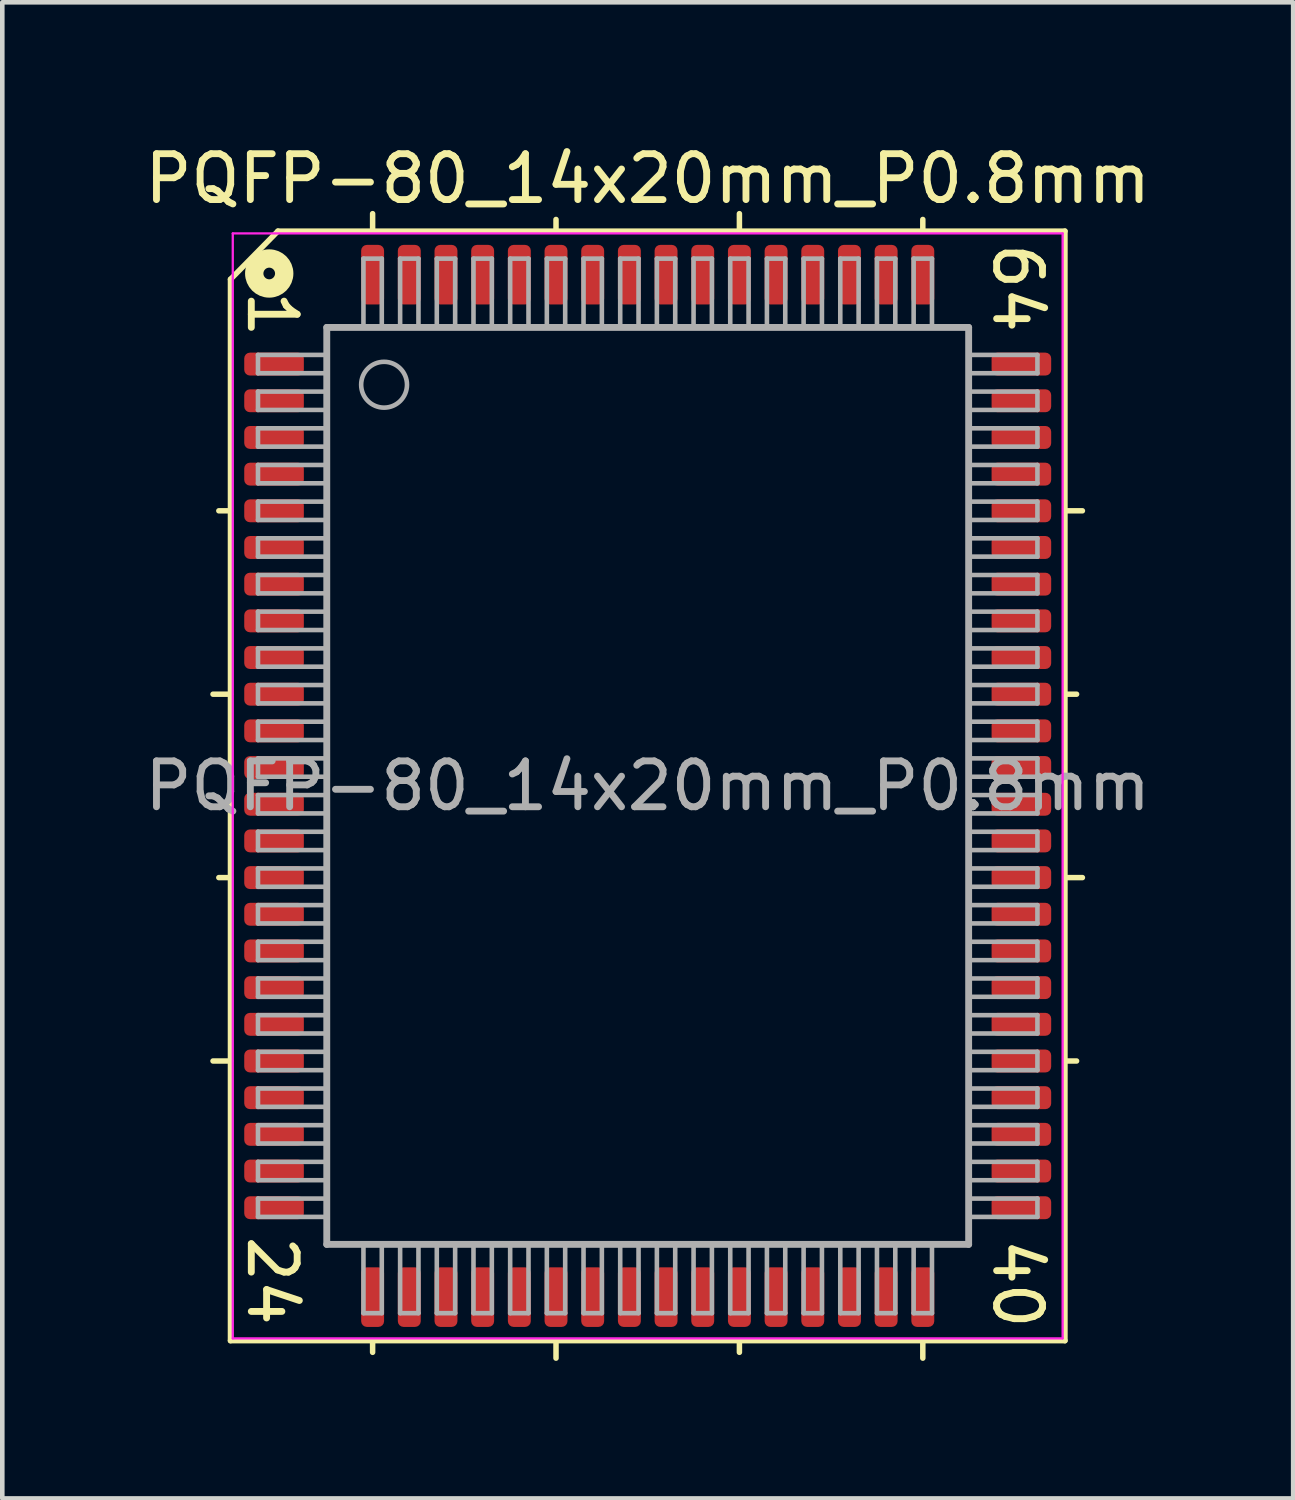
<source format=kicad_pcb>
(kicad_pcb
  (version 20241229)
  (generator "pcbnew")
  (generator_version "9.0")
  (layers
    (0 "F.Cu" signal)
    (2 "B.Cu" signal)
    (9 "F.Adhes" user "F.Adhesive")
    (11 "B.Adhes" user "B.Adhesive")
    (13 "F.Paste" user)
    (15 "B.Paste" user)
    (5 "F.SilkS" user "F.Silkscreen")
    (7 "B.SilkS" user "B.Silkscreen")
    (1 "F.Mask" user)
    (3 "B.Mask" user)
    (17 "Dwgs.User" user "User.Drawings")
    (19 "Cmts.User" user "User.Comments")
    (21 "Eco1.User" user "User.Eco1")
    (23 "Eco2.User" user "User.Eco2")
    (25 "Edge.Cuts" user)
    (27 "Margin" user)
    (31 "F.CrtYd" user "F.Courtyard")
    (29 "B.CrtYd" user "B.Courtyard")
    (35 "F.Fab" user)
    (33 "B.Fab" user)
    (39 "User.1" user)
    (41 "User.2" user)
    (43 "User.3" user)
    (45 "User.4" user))
  (footprint "PQFP-80_14x20mm_P0.8mm"
    (layer "F.Cu")
    (at 11.077 14.091)
    (property "Reference" "PQFP-80_14x20mm_P0.8mm" (at 0 -13.243 0) (layer "F.SilkS") (effects (font (size 1 1) (thickness 0.15))))
    (attr smd)
    (fp_line (start -9.1 -11.049) (end -9.1 12.1) (stroke (width 0.12) (type solid)) (layer "F.SilkS"))
    (fp_line (start -9.1 -6) (end -9.354 -6) (stroke (width 0.12) (type solid)) (layer "F.SilkS"))
    (fp_line (start -9.1 -2) (end -9.481 -2) (stroke (width 0.12) (type solid)) (layer "F.SilkS"))
    (fp_line (start -9.1 2) (end -9.354 2) (stroke (width 0.12) (type solid)) (layer "F.SilkS"))
    (fp_line (start -9.1 6) (end -9.481 6) (stroke (width 0.12) (type solid)) (layer "F.SilkS"))
    (fp_line (start -9.1 12.1) (end 9.1 12.1) (stroke (width 0.12) (type solid)) (layer "F.SilkS"))
    (fp_line (start -8.065 -12.1) (end -9.1 -11.049) (stroke (width 0.12) (type solid)) (layer "F.SilkS"))
    (fp_line (start -6 -12.1) (end -6 -12.481) (stroke (width 0.12) (type solid)) (layer "F.SilkS"))
    (fp_line (start -6 12.1) (end -6 12.354) (stroke (width 0.12) (type solid)) (layer "F.SilkS"))
    (fp_line (start -2 -12.1) (end -2 -12.354) (stroke (width 0.12) (type solid)) (layer "F.SilkS"))
    (fp_line (start -2 12.1) (end -2 12.481) (stroke (width 0.12) (type solid)) (layer "F.SilkS"))
    (fp_line (start 2 -12.1) (end 2 -12.481) (stroke (width 0.12) (type solid)) (layer "F.SilkS"))
    (fp_line (start 2 12.1) (end 2 12.354) (stroke (width 0.12) (type solid)) (layer "F.SilkS"))
    (fp_line (start 6 -12.1) (end 6 -12.354) (stroke (width 0.12) (type solid)) (layer "F.SilkS"))
    (fp_line (start 6 12.1) (end 6 12.481) (stroke (width 0.12) (type solid)) (layer "F.SilkS"))
    (fp_line (start 9.1 -12.1) (end -8.065 -12.1) (stroke (width 0.12) (type solid)) (layer "F.SilkS"))
    (fp_line (start 9.1 -6) (end 9.481 -6) (stroke (width 0.12) (type solid)) (layer "F.SilkS"))
    (fp_line (start 9.1 -2) (end 9.354 -2) (stroke (width 0.12) (type solid)) (layer "F.SilkS"))
    (fp_line (start 9.1 2) (end 9.481 2) (stroke (width 0.12) (type solid)) (layer "F.SilkS"))
    (fp_line (start 9.1 6) (end 9.354 6) (stroke (width 0.12) (type solid)) (layer "F.SilkS"))
    (fp_line (start 9.1 12.1) (end 9.1 -12.1) (stroke (width 0.12) (type solid)) (layer "F.SilkS"))
    (fp_circle (center -8.255 -11.176) (end -8.128 -11.176) (stroke (width 0.4) (type solid)) (fill no) (layer "F.SilkS"))
    (fp_line (start -9.05 -12.05) (end -9.05 12.05) (stroke (width 0.05) (type solid)) (layer "F.CrtYd"))
    (fp_line (start -9.05 -12.05) (end 9.05 -12.05) (stroke (width 0.05) (type solid)) (layer "F.CrtYd"))
    (fp_line (start -9.05 12.05) (end 9.05 12.05) (stroke (width 0.05) (type solid)) (layer "F.CrtYd"))
    (fp_line (start 9.05 -12.05) (end 9.05 12.05) (stroke (width 0.05) (type solid)) (layer "F.CrtYd"))
    (fp_line (start -8.5 -9.4) (end -8.5 -9) (stroke (width 0.1) (type solid)) (layer "F.Fab"))
    (fp_line (start -8.5 -9.4) (end -7 -9.4) (stroke (width 0.1) (type solid)) (layer "F.Fab"))
    (fp_line (start -8.5 -9) (end -7 -9) (stroke (width 0.1) (type solid)) (layer "F.Fab"))
    (fp_line (start -8.5 -8.6) (end -8.5 -8.2) (stroke (width 0.1) (type solid)) (layer "F.Fab"))
    (fp_line (start -8.5 -8.6) (end -7 -8.6) (stroke (width 0.1) (type solid)) (layer "F.Fab"))
    (fp_line (start -8.5 -8.2) (end -7 -8.2) (stroke (width 0.1) (type solid)) (layer "F.Fab"))
    (fp_line (start -8.5 -7.8) (end -8.5 -7.4) (stroke (width 0.1) (type solid)) (layer "F.Fab"))
    (fp_line (start -8.5 -7.8) (end -7 -7.8) (stroke (width 0.1) (type solid)) (layer "F.Fab"))
    (fp_line (start -8.5 -7.4) (end -7 -7.4) (stroke (width 0.1) (type solid)) (layer "F.Fab"))
    (fp_line (start -8.5 -7) (end -8.5 -6.6) (stroke (width 0.1) (type solid)) (layer "F.Fab"))
    (fp_line (start -8.5 -7) (end -7 -7) (stroke (width 0.1) (type solid)) (layer "F.Fab"))
    (fp_line (start -8.5 -6.6) (end -7 -6.6) (stroke (width 0.1) (type solid)) (layer "F.Fab"))
    (fp_line (start -8.5 -6.2) (end -8.5 -5.8) (stroke (width 0.1) (type solid)) (layer "F.Fab"))
    (fp_line (start -8.5 -6.2) (end -7 -6.2) (stroke (width 0.1) (type solid)) (layer "F.Fab"))
    (fp_line (start -8.5 -5.8) (end -7 -5.8) (stroke (width 0.1) (type solid)) (layer "F.Fab"))
    (fp_line (start -8.5 -5.4) (end -8.5 -5) (stroke (width 0.1) (type solid)) (layer "F.Fab"))
    (fp_line (start -8.5 -5.4) (end -7 -5.4) (stroke (width 0.1) (type solid)) (layer "F.Fab"))
    (fp_line (start -8.5 -5) (end -7 -5) (stroke (width 0.1) (type solid)) (layer "F.Fab"))
    (fp_line (start -8.5 -4.6) (end -8.5 -4.2) (stroke (width 0.1) (type solid)) (layer "F.Fab"))
    (fp_line (start -8.5 -4.6) (end -7 -4.6) (stroke (width 0.1) (type solid)) (layer "F.Fab"))
    (fp_line (start -8.5 -4.2) (end -7 -4.2) (stroke (width 0.1) (type solid)) (layer "F.Fab"))
    (fp_line (start -8.5 -3.8) (end -8.5 -3.4) (stroke (width 0.1) (type solid)) (layer "F.Fab"))
    (fp_line (start -8.5 -3.8) (end -7 -3.8) (stroke (width 0.1) (type solid)) (layer "F.Fab"))
    (fp_line (start -8.5 -3.4) (end -7 -3.4) (stroke (width 0.1) (type solid)) (layer "F.Fab"))
    (fp_line (start -8.5 -3) (end -8.5 -2.6) (stroke (width 0.1) (type solid)) (layer "F.Fab"))
    (fp_line (start -8.5 -3) (end -7 -3) (stroke (width 0.1) (type solid)) (layer "F.Fab"))
    (fp_line (start -8.5 -2.6) (end -7 -2.6) (stroke (width 0.1) (type solid)) (layer "F.Fab"))
    (fp_line (start -8.5 -2.2) (end -8.5 -1.8) (stroke (width 0.1) (type solid)) (layer "F.Fab"))
    (fp_line (start -8.5 -2.2) (end -7 -2.2) (stroke (width 0.1) (type solid)) (layer "F.Fab"))
    (fp_line (start -8.5 -1.8) (end -7 -1.8) (stroke (width 0.1) (type solid)) (layer "F.Fab"))
    (fp_line (start -8.5 -1.4) (end -8.5 -1) (stroke (width 0.1) (type solid)) (layer "F.Fab"))
    (fp_line (start -8.5 -1.4) (end -7 -1.4) (stroke (width 0.1) (type solid)) (layer "F.Fab"))
    (fp_line (start -8.5 -1) (end -7 -1) (stroke (width 0.1) (type solid)) (layer "F.Fab"))
    (fp_line (start -8.5 -0.6) (end -8.5 -0.2) (stroke (width 0.1) (type solid)) (layer "F.Fab"))
    (fp_line (start -8.5 -0.6) (end -7 -0.6) (stroke (width 0.1) (type solid)) (layer "F.Fab"))
    (fp_line (start -8.5 -0.2) (end -7 -0.2) (stroke (width 0.1) (type solid)) (layer "F.Fab"))
    (fp_line (start -8.5 0.2) (end -8.5 0.6) (stroke (width 0.1) (type solid)) (layer "F.Fab"))
    (fp_line (start -8.5 0.2) (end -7 0.2) (stroke (width 0.1) (type solid)) (layer "F.Fab"))
    (fp_line (start -8.5 0.6) (end -7 0.6) (stroke (width 0.1) (type solid)) (layer "F.Fab"))
    (fp_line (start -8.5 1) (end -8.5 1.4) (stroke (width 0.1) (type solid)) (layer "F.Fab"))
    (fp_line (start -8.5 1) (end -7 1) (stroke (width 0.1) (type solid)) (layer "F.Fab"))
    (fp_line (start -8.5 1.4) (end -7 1.4) (stroke (width 0.1) (type solid)) (layer "F.Fab"))
    (fp_line (start -8.5 1.8) (end -8.5 2.2) (stroke (width 0.1) (type solid)) (layer "F.Fab"))
    (fp_line (start -8.5 1.8) (end -7 1.8) (stroke (width 0.1) (type solid)) (layer "F.Fab"))
    (fp_line (start -8.5 2.2) (end -7 2.2) (stroke (width 0.1) (type solid)) (layer "F.Fab"))
    (fp_line (start -8.5 2.6) (end -8.5 3) (stroke (width 0.1) (type solid)) (layer "F.Fab"))
    (fp_line (start -8.5 2.6) (end -7 2.6) (stroke (width 0.1) (type solid)) (layer "F.Fab"))
    (fp_line (start -8.5 3) (end -7 3) (stroke (width 0.1) (type solid)) (layer "F.Fab"))
    (fp_line (start -8.5 3.4) (end -8.5 3.8) (stroke (width 0.1) (type solid)) (layer "F.Fab"))
    (fp_line (start -8.5 3.4) (end -7 3.4) (stroke (width 0.1) (type solid)) (layer "F.Fab"))
    (fp_line (start -8.5 3.8) (end -7 3.8) (stroke (width 0.1) (type solid)) (layer "F.Fab"))
    (fp_line (start -8.5 4.2) (end -8.5 4.6) (stroke (width 0.1) (type solid)) (layer "F.Fab"))
    (fp_line (start -8.5 4.2) (end -7 4.2) (stroke (width 0.1) (type solid)) (layer "F.Fab"))
    (fp_line (start -8.5 4.6) (end -7 4.6) (stroke (width 0.1) (type solid)) (layer "F.Fab"))
    (fp_line (start -8.5 5) (end -8.5 5.4) (stroke (width 0.1) (type solid)) (layer "F.Fab"))
    (fp_line (start -8.5 5) (end -7 5) (stroke (width 0.1) (type solid)) (layer "F.Fab"))
    (fp_line (start -8.5 5.4) (end -7 5.4) (stroke (width 0.1) (type solid)) (layer "F.Fab"))
    (fp_line (start -8.5 5.8) (end -8.5 6.2) (stroke (width 0.1) (type solid)) (layer "F.Fab"))
    (fp_line (start -8.5 5.8) (end -7 5.8) (stroke (width 0.1) (type solid)) (layer "F.Fab"))
    (fp_line (start -8.5 6.2) (end -7 6.2) (stroke (width 0.1) (type solid)) (layer "F.Fab"))
    (fp_line (start -8.5 6.6) (end -8.5 7) (stroke (width 0.1) (type solid)) (layer "F.Fab"))
    (fp_line (start -8.5 6.6) (end -7 6.6) (stroke (width 0.1) (type solid)) (layer "F.Fab"))
    (fp_line (start -8.5 7) (end -7 7) (stroke (width 0.1) (type solid)) (layer "F.Fab"))
    (fp_line (start -8.5 7.4) (end -8.5 7.8) (stroke (width 0.1) (type solid)) (layer "F.Fab"))
    (fp_line (start -8.5 7.4) (end -7 7.4) (stroke (width 0.1) (type solid)) (layer "F.Fab"))
    (fp_line (start -8.5 7.8) (end -7 7.8) (stroke (width 0.1) (type solid)) (layer "F.Fab"))
    (fp_line (start -8.5 8.2) (end -8.5 8.6) (stroke (width 0.1) (type solid)) (layer "F.Fab"))
    (fp_line (start -8.5 8.2) (end -7 8.2) (stroke (width 0.1) (type solid)) (layer "F.Fab"))
    (fp_line (start -8.5 8.6) (end -7 8.6) (stroke (width 0.1) (type solid)) (layer "F.Fab"))
    (fp_line (start -8.5 9) (end -8.5 9.4) (stroke (width 0.1) (type solid)) (layer "F.Fab"))
    (fp_line (start -8.5 9) (end -7 9) (stroke (width 0.1) (type solid)) (layer "F.Fab"))
    (fp_line (start -8.5 9.4) (end -7 9.4) (stroke (width 0.1) (type solid)) (layer "F.Fab"))
    (fp_line (start -7 -10) (end 7 -10) (stroke (width 0.15) (type solid)) (layer "F.Fab"))
    (fp_line (start -7 10) (end -7 -10) (stroke (width 0.15) (type solid)) (layer "F.Fab"))
    (fp_line (start -6.2 -11.5) (end -6.2 -10) (stroke (width 0.1) (type solid)) (layer "F.Fab"))
    (fp_line (start -6.2 11.5) (end -6.2 10) (stroke (width 0.1) (type solid)) (layer "F.Fab"))
    (fp_line (start -6.2 11.5) (end -5.8 11.5) (stroke (width 0.1) (type solid)) (layer "F.Fab"))
    (fp_line (start -5.8 -11.5) (end -6.2 -11.5) (stroke (width 0.1) (type solid)) (layer "F.Fab"))
    (fp_line (start -5.8 -11.5) (end -5.8 -10) (stroke (width 0.1) (type solid)) (layer "F.Fab"))
    (fp_line (start -5.8 11.5) (end -5.8 10) (stroke (width 0.1) (type solid)) (layer "F.Fab"))
    (fp_line (start -5.4 -11.5) (end -5.4 -10) (stroke (width 0.1) (type solid)) (layer "F.Fab"))
    (fp_line (start -5.4 11.5) (end -5.4 10) (stroke (width 0.1) (type solid)) (layer "F.Fab"))
    (fp_line (start -5.4 11.5) (end -5 11.5) (stroke (width 0.1) (type solid)) (layer "F.Fab"))
    (fp_line (start -5 -11.5) (end -5.4 -11.5) (stroke (width 0.1) (type solid)) (layer "F.Fab"))
    (fp_line (start -5 -11.5) (end -5 -10) (stroke (width 0.1) (type solid)) (layer "F.Fab"))
    (fp_line (start -5 11.5) (end -5 10) (stroke (width 0.1) (type solid)) (layer "F.Fab"))
    (fp_line (start -4.6 -11.5) (end -4.6 -10) (stroke (width 0.1) (type solid)) (layer "F.Fab"))
    (fp_line (start -4.6 11.5) (end -4.6 10) (stroke (width 0.1) (type solid)) (layer "F.Fab"))
    (fp_line (start -4.6 11.5) (end -4.2 11.5) (stroke (width 0.1) (type solid)) (layer "F.Fab"))
    (fp_line (start -4.2 -11.5) (end -4.6 -11.5) (stroke (width 0.1) (type solid)) (layer "F.Fab"))
    (fp_line (start -4.2 -11.5) (end -4.2 -10) (stroke (width 0.1) (type solid)) (layer "F.Fab"))
    (fp_line (start -4.2 11.5) (end -4.2 10) (stroke (width 0.1) (type solid)) (layer "F.Fab"))
    (fp_line (start -3.8 -11.5) (end -3.8 -10) (stroke (width 0.1) (type solid)) (layer "F.Fab"))
    (fp_line (start -3.8 11.5) (end -3.8 10) (stroke (width 0.1) (type solid)) (layer "F.Fab"))
    (fp_line (start -3.8 11.5) (end -3.4 11.5) (stroke (width 0.1) (type solid)) (layer "F.Fab"))
    (fp_line (start -3.4 -11.5) (end -3.8 -11.5) (stroke (width 0.1) (type solid)) (layer "F.Fab"))
    (fp_line (start -3.4 -11.5) (end -3.4 -10) (stroke (width 0.1) (type solid)) (layer "F.Fab"))
    (fp_line (start -3.4 11.5) (end -3.4 10) (stroke (width 0.1) (type solid)) (layer "F.Fab"))
    (fp_line (start -3 -11.5) (end -3 -10) (stroke (width 0.1) (type solid)) (layer "F.Fab"))
    (fp_line (start -3 11.5) (end -3 10) (stroke (width 0.1) (type solid)) (layer "F.Fab"))
    (fp_line (start -3 11.5) (end -2.6 11.5) (stroke (width 0.1) (type solid)) (layer "F.Fab"))
    (fp_line (start -2.6 -11.5) (end -3 -11.5) (stroke (width 0.1) (type solid)) (layer "F.Fab"))
    (fp_line (start -2.6 -11.5) (end -2.6 -10) (stroke (width 0.1) (type solid)) (layer "F.Fab"))
    (fp_line (start -2.6 11.5) (end -2.6 10) (stroke (width 0.1) (type solid)) (layer "F.Fab"))
    (fp_line (start -2.2 -11.5) (end -2.2 -10) (stroke (width 0.1) (type solid)) (layer "F.Fab"))
    (fp_line (start -2.2 11.5) (end -2.2 10) (stroke (width 0.1) (type solid)) (layer "F.Fab"))
    (fp_line (start -2.2 11.5) (end -1.8 11.5) (stroke (width 0.1) (type solid)) (layer "F.Fab"))
    (fp_line (start -1.8 -11.5) (end -2.2 -11.5) (stroke (width 0.1) (type solid)) (layer "F.Fab"))
    (fp_line (start -1.8 -11.5) (end -1.8 -10) (stroke (width 0.1) (type solid)) (layer "F.Fab"))
    (fp_line (start -1.8 11.5) (end -1.8 10) (stroke (width 0.1) (type solid)) (layer "F.Fab"))
    (fp_line (start -1.4 -11.5) (end -1.4 -10) (stroke (width 0.1) (type solid)) (layer "F.Fab"))
    (fp_line (start -1.4 11.5) (end -1.4 10) (stroke (width 0.1) (type solid)) (layer "F.Fab"))
    (fp_line (start -1.4 11.5) (end -1 11.5) (stroke (width 0.1) (type solid)) (layer "F.Fab"))
    (fp_line (start -1 -11.5) (end -1.4 -11.5) (stroke (width 0.1) (type solid)) (layer "F.Fab"))
    (fp_line (start -1 -11.5) (end -1 -10) (stroke (width 0.1) (type solid)) (layer "F.Fab"))
    (fp_line (start -1 11.5) (end -1 10) (stroke (width 0.1) (type solid)) (layer "F.Fab"))
    (fp_line (start -0.6 -11.5) (end -0.6 -10) (stroke (width 0.1) (type solid)) (layer "F.Fab"))
    (fp_line (start -0.6 11.5) (end -0.6 10) (stroke (width 0.1) (type solid)) (layer "F.Fab"))
    (fp_line (start -0.6 11.5) (end -0.2 11.5) (stroke (width 0.1) (type solid)) (layer "F.Fab"))
    (fp_line (start -0.2 -11.5) (end -0.6 -11.5) (stroke (width 0.1) (type solid)) (layer "F.Fab"))
    (fp_line (start -0.2 -11.5) (end -0.2 -10) (stroke (width 0.1) (type solid)) (layer "F.Fab"))
    (fp_line (start -0.2 11.5) (end -0.2 10) (stroke (width 0.1) (type solid)) (layer "F.Fab"))
    (fp_line (start 0.2 -11.5) (end 0.2 -10) (stroke (width 0.1) (type solid)) (layer "F.Fab"))
    (fp_line (start 0.2 11.5) (end 0.2 10) (stroke (width 0.1) (type solid)) (layer "F.Fab"))
    (fp_line (start 0.2 11.5) (end 0.6 11.5) (stroke (width 0.1) (type solid)) (layer "F.Fab"))
    (fp_line (start 0.6 -11.5) (end 0.2 -11.5) (stroke (width 0.1) (type solid)) (layer "F.Fab"))
    (fp_line (start 0.6 -11.5) (end 0.6 -10) (stroke (width 0.1) (type solid)) (layer "F.Fab"))
    (fp_line (start 0.6 11.5) (end 0.6 10) (stroke (width 0.1) (type solid)) (layer "F.Fab"))
    (fp_line (start 1 -11.5) (end 1 -10) (stroke (width 0.1) (type solid)) (layer "F.Fab"))
    (fp_line (start 1 11.5) (end 1 10) (stroke (width 0.1) (type solid)) (layer "F.Fab"))
    (fp_line (start 1 11.5) (end 1.4 11.5) (stroke (width 0.1) (type solid)) (layer "F.Fab"))
    (fp_line (start 1.4 -11.5) (end 1 -11.5) (stroke (width 0.1) (type solid)) (layer "F.Fab"))
    (fp_line (start 1.4 -11.5) (end 1.4 -10) (stroke (width 0.1) (type solid)) (layer "F.Fab"))
    (fp_line (start 1.4 11.5) (end 1.4 10) (stroke (width 0.1) (type solid)) (layer "F.Fab"))
    (fp_line (start 1.8 -11.5) (end 1.8 -10) (stroke (width 0.1) (type solid)) (layer "F.Fab"))
    (fp_line (start 1.8 11.5) (end 1.8 10) (stroke (width 0.1) (type solid)) (layer "F.Fab"))
    (fp_line (start 1.8 11.5) (end 2.2 11.5) (stroke (width 0.1) (type solid)) (layer "F.Fab"))
    (fp_line (start 2.2 -11.5) (end 1.8 -11.5) (stroke (width 0.1) (type solid)) (layer "F.Fab"))
    (fp_line (start 2.2 -11.5) (end 2.2 -10) (stroke (width 0.1) (type solid)) (layer "F.Fab"))
    (fp_line (start 2.2 11.5) (end 2.2 10) (stroke (width 0.1) (type solid)) (layer "F.Fab"))
    (fp_line (start 2.6 -11.5) (end 2.6 -10) (stroke (width 0.1) (type solid)) (layer "F.Fab"))
    (fp_line (start 2.6 11.5) (end 2.6 10) (stroke (width 0.1) (type solid)) (layer "F.Fab"))
    (fp_line (start 2.6 11.5) (end 3 11.5) (stroke (width 0.1) (type solid)) (layer "F.Fab"))
    (fp_line (start 3 -11.5) (end 2.6 -11.5) (stroke (width 0.1) (type solid)) (layer "F.Fab"))
    (fp_line (start 3 -11.5) (end 3 -10) (stroke (width 0.1) (type solid)) (layer "F.Fab"))
    (fp_line (start 3 11.5) (end 3 10) (stroke (width 0.1) (type solid)) (layer "F.Fab"))
    (fp_line (start 3.4 -11.5) (end 3.4 -10) (stroke (width 0.1) (type solid)) (layer "F.Fab"))
    (fp_line (start 3.4 11.5) (end 3.4 10) (stroke (width 0.1) (type solid)) (layer "F.Fab"))
    (fp_line (start 3.4 11.5) (end 3.8 11.5) (stroke (width 0.1) (type solid)) (layer "F.Fab"))
    (fp_line (start 3.8 -11.5) (end 3.4 -11.5) (stroke (width 0.1) (type solid)) (layer "F.Fab"))
    (fp_line (start 3.8 -11.5) (end 3.8 -10) (stroke (width 0.1) (type solid)) (layer "F.Fab"))
    (fp_line (start 3.8 11.5) (end 3.8 10) (stroke (width 0.1) (type solid)) (layer "F.Fab"))
    (fp_line (start 4.2 -11.5) (end 4.2 -10) (stroke (width 0.1) (type solid)) (layer "F.Fab"))
    (fp_line (start 4.2 11.5) (end 4.2 10) (stroke (width 0.1) (type solid)) (layer "F.Fab"))
    (fp_line (start 4.2 11.5) (end 4.6 11.5) (stroke (width 0.1) (type solid)) (layer "F.Fab"))
    (fp_line (start 4.6 -11.5) (end 4.2 -11.5) (stroke (width 0.1) (type solid)) (layer "F.Fab"))
    (fp_line (start 4.6 -11.5) (end 4.6 -10) (stroke (width 0.1) (type solid)) (layer "F.Fab"))
    (fp_line (start 4.6 11.5) (end 4.6 10) (stroke (width 0.1) (type solid)) (layer "F.Fab"))
    (fp_line (start 5 -11.5) (end 5 -10) (stroke (width 0.1) (type solid)) (layer "F.Fab"))
    (fp_line (start 5 11.5) (end 5 10) (stroke (width 0.1) (type solid)) (layer "F.Fab"))
    (fp_line (start 5 11.5) (end 5.4 11.5) (stroke (width 0.1) (type solid)) (layer "F.Fab"))
    (fp_line (start 5.4 -11.5) (end 5 -11.5) (stroke (width 0.1) (type solid)) (layer "F.Fab"))
    (fp_line (start 5.4 -11.5) (end 5.4 -10) (stroke (width 0.1) (type solid)) (layer "F.Fab"))
    (fp_line (start 5.4 11.5) (end 5.4 10) (stroke (width 0.1) (type solid)) (layer "F.Fab"))
    (fp_line (start 5.8 -11.5) (end 5.8 -10) (stroke (width 0.1) (type solid)) (layer "F.Fab"))
    (fp_line (start 5.8 11.5) (end 5.8 10) (stroke (width 0.1) (type solid)) (layer "F.Fab"))
    (fp_line (start 5.8 11.5) (end 6.2 11.5) (stroke (width 0.1) (type solid)) (layer "F.Fab"))
    (fp_line (start 6.2 -11.5) (end 5.8 -11.5) (stroke (width 0.1) (type solid)) (layer "F.Fab"))
    (fp_line (start 6.2 -11.5) (end 6.2 -10) (stroke (width 0.1) (type solid)) (layer "F.Fab"))
    (fp_line (start 6.2 11.5) (end 6.2 10) (stroke (width 0.1) (type solid)) (layer "F.Fab"))
    (fp_line (start 7 -10) (end 7 10) (stroke (width 0.15) (type solid)) (layer "F.Fab"))
    (fp_line (start 7 10) (end -7 10) (stroke (width 0.15) (type solid)) (layer "F.Fab"))
    (fp_line (start 8.5 -9.4) (end 7 -9.4) (stroke (width 0.1) (type solid)) (layer "F.Fab"))
    (fp_line (start 8.5 -9) (end 7 -9) (stroke (width 0.1) (type solid)) (layer "F.Fab"))
    (fp_line (start 8.5 -9) (end 8.5 -9.4) (stroke (width 0.1) (type solid)) (layer "F.Fab"))
    (fp_line (start 8.5 -8.6) (end 7 -8.6) (stroke (width 0.1) (type solid)) (layer "F.Fab"))
    (fp_line (start 8.5 -8.2) (end 7 -8.2) (stroke (width 0.1) (type solid)) (layer "F.Fab"))
    (fp_line (start 8.5 -8.2) (end 8.5 -8.6) (stroke (width 0.1) (type solid)) (layer "F.Fab"))
    (fp_line (start 8.5 -7.8) (end 7 -7.8) (stroke (width 0.1) (type solid)) (layer "F.Fab"))
    (fp_line (start 8.5 -7.4) (end 7 -7.4) (stroke (width 0.1) (type solid)) (layer "F.Fab"))
    (fp_line (start 8.5 -7.4) (end 8.5 -7.8) (stroke (width 0.1) (type solid)) (layer "F.Fab"))
    (fp_line (start 8.5 -7) (end 7 -7) (stroke (width 0.1) (type solid)) (layer "F.Fab"))
    (fp_line (start 8.5 -6.6) (end 7 -6.6) (stroke (width 0.1) (type solid)) (layer "F.Fab"))
    (fp_line (start 8.5 -6.6) (end 8.5 -7) (stroke (width 0.1) (type solid)) (layer "F.Fab"))
    (fp_line (start 8.5 -6.2) (end 7 -6.2) (stroke (width 0.1) (type solid)) (layer "F.Fab"))
    (fp_line (start 8.5 -5.8) (end 7 -5.8) (stroke (width 0.1) (type solid)) (layer "F.Fab"))
    (fp_line (start 8.5 -5.8) (end 8.5 -6.2) (stroke (width 0.1) (type solid)) (layer "F.Fab"))
    (fp_line (start 8.5 -5.4) (end 7 -5.4) (stroke (width 0.1) (type solid)) (layer "F.Fab"))
    (fp_line (start 8.5 -5) (end 7 -5) (stroke (width 0.1) (type solid)) (layer "F.Fab"))
    (fp_line (start 8.5 -5) (end 8.5 -5.4) (stroke (width 0.1) (type solid)) (layer "F.Fab"))
    (fp_line (start 8.5 -4.6) (end 7 -4.6) (stroke (width 0.1) (type solid)) (layer "F.Fab"))
    (fp_line (start 8.5 -4.2) (end 7 -4.2) (stroke (width 0.1) (type solid)) (layer "F.Fab"))
    (fp_line (start 8.5 -4.2) (end 8.5 -4.6) (stroke (width 0.1) (type solid)) (layer "F.Fab"))
    (fp_line (start 8.5 -3.8) (end 7 -3.8) (stroke (width 0.1) (type solid)) (layer "F.Fab"))
    (fp_line (start 8.5 -3.4) (end 7 -3.4) (stroke (width 0.1) (type solid)) (layer "F.Fab"))
    (fp_line (start 8.5 -3.4) (end 8.5 -3.8) (stroke (width 0.1) (type solid)) (layer "F.Fab"))
    (fp_line (start 8.5 -3) (end 7 -3) (stroke (width 0.1) (type solid)) (layer "F.Fab"))
    (fp_line (start 8.5 -2.6) (end 7 -2.6) (stroke (width 0.1) (type solid)) (layer "F.Fab"))
    (fp_line (start 8.5 -2.6) (end 8.5 -3) (stroke (width 0.1) (type solid)) (layer "F.Fab"))
    (fp_line (start 8.5 -2.2) (end 7 -2.2) (stroke (width 0.1) (type solid)) (layer "F.Fab"))
    (fp_line (start 8.5 -1.8) (end 7 -1.8) (stroke (width 0.1) (type solid)) (layer "F.Fab"))
    (fp_line (start 8.5 -1.8) (end 8.5 -2.2) (stroke (width 0.1) (type solid)) (layer "F.Fab"))
    (fp_line (start 8.5 -1.4) (end 7 -1.4) (stroke (width 0.1) (type solid)) (layer "F.Fab"))
    (fp_line (start 8.5 -1) (end 7 -1) (stroke (width 0.1) (type solid)) (layer "F.Fab"))
    (fp_line (start 8.5 -1) (end 8.5 -1.4) (stroke (width 0.1) (type solid)) (layer "F.Fab"))
    (fp_line (start 8.5 -0.6) (end 7 -0.6) (stroke (width 0.1) (type solid)) (layer "F.Fab"))
    (fp_line (start 8.5 -0.2) (end 7 -0.2) (stroke (width 0.1) (type solid)) (layer "F.Fab"))
    (fp_line (start 8.5 -0.2) (end 8.5 -0.6) (stroke (width 0.1) (type solid)) (layer "F.Fab"))
    (fp_line (start 8.5 0.2) (end 7 0.2) (stroke (width 0.1) (type solid)) (layer "F.Fab"))
    (fp_line (start 8.5 0.6) (end 7 0.6) (stroke (width 0.1) (type solid)) (layer "F.Fab"))
    (fp_line (start 8.5 0.6) (end 8.5 0.2) (stroke (width 0.1) (type solid)) (layer "F.Fab"))
    (fp_line (start 8.5 1) (end 7 1) (stroke (width 0.1) (type solid)) (layer "F.Fab"))
    (fp_line (start 8.5 1.4) (end 7 1.4) (stroke (width 0.1) (type solid)) (layer "F.Fab"))
    (fp_line (start 8.5 1.4) (end 8.5 1) (stroke (width 0.1) (type solid)) (layer "F.Fab"))
    (fp_line (start 8.5 1.8) (end 7 1.8) (stroke (width 0.1) (type solid)) (layer "F.Fab"))
    (fp_line (start 8.5 2.2) (end 7 2.2) (stroke (width 0.1) (type solid)) (layer "F.Fab"))
    (fp_line (start 8.5 2.2) (end 8.5 1.8) (stroke (width 0.1) (type solid)) (layer "F.Fab"))
    (fp_line (start 8.5 2.6) (end 7 2.6) (stroke (width 0.1) (type solid)) (layer "F.Fab"))
    (fp_line (start 8.5 3) (end 7 3) (stroke (width 0.1) (type solid)) (layer "F.Fab"))
    (fp_line (start 8.5 3) (end 8.5 2.6) (stroke (width 0.1) (type solid)) (layer "F.Fab"))
    (fp_line (start 8.5 3.4) (end 7 3.4) (stroke (width 0.1) (type solid)) (layer "F.Fab"))
    (fp_line (start 8.5 3.8) (end 7 3.8) (stroke (width 0.1) (type solid)) (layer "F.Fab"))
    (fp_line (start 8.5 3.8) (end 8.5 3.4) (stroke (width 0.1) (type solid)) (layer "F.Fab"))
    (fp_line (start 8.5 4.2) (end 7 4.2) (stroke (width 0.1) (type solid)) (layer "F.Fab"))
    (fp_line (start 8.5 4.6) (end 7 4.6) (stroke (width 0.1) (type solid)) (layer "F.Fab"))
    (fp_line (start 8.5 4.6) (end 8.5 4.2) (stroke (width 0.1) (type solid)) (layer "F.Fab"))
    (fp_line (start 8.5 5) (end 7 5) (stroke (width 0.1) (type solid)) (layer "F.Fab"))
    (fp_line (start 8.5 5.4) (end 7 5.4) (stroke (width 0.1) (type solid)) (layer "F.Fab"))
    (fp_line (start 8.5 5.4) (end 8.5 5) (stroke (width 0.1) (type solid)) (layer "F.Fab"))
    (fp_line (start 8.5 5.8) (end 7 5.8) (stroke (width 0.1) (type solid)) (layer "F.Fab"))
    (fp_line (start 8.5 6.2) (end 7 6.2) (stroke (width 0.1) (type solid)) (layer "F.Fab"))
    (fp_line (start 8.5 6.2) (end 8.5 5.8) (stroke (width 0.1) (type solid)) (layer "F.Fab"))
    (fp_line (start 8.5 6.6) (end 7 6.6) (stroke (width 0.1) (type solid)) (layer "F.Fab"))
    (fp_line (start 8.5 7) (end 7 7) (stroke (width 0.1) (type solid)) (layer "F.Fab"))
    (fp_line (start 8.5 7) (end 8.5 6.6) (stroke (width 0.1) (type solid)) (layer "F.Fab"))
    (fp_line (start 8.5 7.4) (end 7 7.4) (stroke (width 0.1) (type solid)) (layer "F.Fab"))
    (fp_line (start 8.5 7.8) (end 7 7.8) (stroke (width 0.1) (type solid)) (layer "F.Fab"))
    (fp_line (start 8.5 7.8) (end 8.5 7.4) (stroke (width 0.1) (type solid)) (layer "F.Fab"))
    (fp_line (start 8.5 8.2) (end 7 8.2) (stroke (width 0.1) (type solid)) (layer "F.Fab"))
    (fp_line (start 8.5 8.6) (end 7 8.6) (stroke (width 0.1) (type solid)) (layer "F.Fab"))
    (fp_line (start 8.5 8.6) (end 8.5 8.2) (stroke (width 0.1) (type solid)) (layer "F.Fab"))
    (fp_line (start 8.5 9) (end 7 9) (stroke (width 0.1) (type solid)) (layer "F.Fab"))
    (fp_line (start 8.5 9.4) (end 7 9.4) (stroke (width 0.1) (type solid)) (layer "F.Fab"))
    (fp_line (start 8.5 9.4) (end 8.5 9) (stroke (width 0.1) (type solid)) (layer "F.Fab"))
    (fp_circle (center -5.75 -8.75) (end -5.25 -8.75) (stroke (width 0.1) (type solid)) (fill no) (layer "F.Fab"))
    (fp_text user "40" (at 8.065 10.858 270) (unlocked yes) (layer "F.SilkS") (effects (font (size 1 1) (thickness 0.15))))
    (fp_text user "1" (at -8.191 -10.287 270) (unlocked yes) (layer "F.SilkS") (effects (font (size 1 1) (thickness 0.15))))
    (fp_text user "64" (at 8.065 -10.858 270) (unlocked yes) (layer "F.SilkS") (effects (font (size 1 1) (thickness 0.15))))
    (fp_text user "24" (at -8.191 10.795 270) (unlocked yes) (layer "F.SilkS") (effects (font (size 1 1) (thickness 0.15))))
    (fp_text user "${REFERENCE}" (at 0 0 0) (layer "F.Fab") (effects (font (size 1 1) (thickness 0.15))))
    (pad "1" smd roundrect (at -8.15 -9.2) (size 1.3 0.5) (layers "F.Cu" "F.Mask" "F.Paste") (roundrect_rratio 0.25))
    (pad "2" smd roundrect (at -8.15 -8.4) (size 1.3 0.5) (layers "F.Cu" "F.Mask" "F.Paste") (roundrect_rratio 0.25))
    (pad "3" smd roundrect (at -8.15 -7.6) (size 1.3 0.5) (layers "F.Cu" "F.Mask" "F.Paste") (roundrect_rratio 0.25))
    (pad "4" smd roundrect (at -8.15 -6.8) (size 1.3 0.5) (layers "F.Cu" "F.Mask" "F.Paste") (roundrect_rratio 0.25))
    (pad "5" smd roundrect (at -8.15 -6) (size 1.3 0.5) (layers "F.Cu" "F.Mask" "F.Paste") (roundrect_rratio 0.25))
    (pad "6" smd roundrect (at -8.15 -5.2) (size 1.3 0.5) (layers "F.Cu" "F.Mask" "F.Paste") (roundrect_rratio 0.25))
    (pad "7" smd roundrect (at -8.15 -4.4) (size 1.3 0.5) (layers "F.Cu" "F.Mask" "F.Paste") (roundrect_rratio 0.25))
    (pad "8" smd roundrect (at -8.15 -3.6) (size 1.3 0.5) (layers "F.Cu" "F.Mask" "F.Paste") (roundrect_rratio 0.25))
    (pad "9" smd roundrect (at -8.15 -2.8) (size 1.3 0.5) (layers "F.Cu" "F.Mask" "F.Paste") (roundrect_rratio 0.25))
    (pad "10" smd roundrect (at -8.15 -2) (size 1.3 0.5) (layers "F.Cu" "F.Mask" "F.Paste") (roundrect_rratio 0.25))
    (pad "11" smd roundrect (at -8.15 -1.2) (size 1.3 0.5) (layers "F.Cu" "F.Mask" "F.Paste") (roundrect_rratio 0.25))
    (pad "12" smd roundrect (at -8.15 -0.4) (size 1.3 0.5) (layers "F.Cu" "F.Mask" "F.Paste") (roundrect_rratio 0.25))
    (pad "13" smd roundrect (at -8.15 0.4) (size 1.3 0.5) (layers "F.Cu" "F.Mask" "F.Paste") (roundrect_rratio 0.25))
    (pad "14" smd roundrect (at -8.15 1.2) (size 1.3 0.5) (layers "F.Cu" "F.Mask" "F.Paste") (roundrect_rratio 0.25))
    (pad "15" smd roundrect (at -8.15 2) (size 1.3 0.5) (layers "F.Cu" "F.Mask" "F.Paste") (roundrect_rratio 0.25))
    (pad "16" smd roundrect (at -8.15 2.8) (size 1.3 0.5) (layers "F.Cu" "F.Mask" "F.Paste") (roundrect_rratio 0.25))
    (pad "17" smd roundrect (at -8.15 3.6) (size 1.3 0.5) (layers "F.Cu" "F.Mask" "F.Paste") (roundrect_rratio 0.25))
    (pad "18" smd roundrect (at -8.15 4.4) (size 1.3 0.5) (layers "F.Cu" "F.Mask" "F.Paste") (roundrect_rratio 0.25))
    (pad "19" smd roundrect (at -8.15 5.2) (size 1.3 0.5) (layers "F.Cu" "F.Mask" "F.Paste") (roundrect_rratio 0.25))
    (pad "20" smd roundrect (at -8.15 6) (size 1.3 0.5) (layers "F.Cu" "F.Mask" "F.Paste") (roundrect_rratio 0.25))
    (pad "21" smd roundrect (at -8.15 6.8) (size 1.3 0.5) (layers "F.Cu" "F.Mask" "F.Paste") (roundrect_rratio 0.25))
    (pad "22" smd roundrect (at -8.15 7.6) (size 1.3 0.5) (layers "F.Cu" "F.Mask" "F.Paste") (roundrect_rratio 0.25))
    (pad "23" smd roundrect (at -8.15 8.4) (size 1.3 0.5) (layers "F.Cu" "F.Mask" "F.Paste") (roundrect_rratio 0.25))
    (pad "24" smd roundrect (at -8.15 9.2) (size 1.3 0.5) (layers "F.Cu" "F.Mask" "F.Paste") (roundrect_rratio 0.25))
    (pad "25" smd roundrect (at -6 11.15 90) (size 1.3 0.5) (layers "F.Cu" "F.Mask" "F.Paste") (roundrect_rratio 0.25))
    (pad "26" smd roundrect (at -5.2 11.15 90) (size 1.3 0.5) (layers "F.Cu" "F.Mask" "F.Paste") (roundrect_rratio 0.25))
    (pad "27" smd roundrect (at -4.4 11.15 90) (size 1.3 0.5) (layers "F.Cu" "F.Mask" "F.Paste") (roundrect_rratio 0.25))
    (pad "28" smd roundrect (at -3.6 11.15 90) (size 1.3 0.5) (layers "F.Cu" "F.Mask" "F.Paste") (roundrect_rratio 0.25))
    (pad "29" smd roundrect (at -2.8 11.15 90) (size 1.3 0.5) (layers "F.Cu" "F.Mask" "F.Paste") (roundrect_rratio 0.25))
    (pad "30" smd roundrect (at -2 11.15 90) (size 1.3 0.5) (layers "F.Cu" "F.Mask" "F.Paste") (roundrect_rratio 0.25))
    (pad "31" smd roundrect (at -1.2 11.15 90) (size 1.3 0.5) (layers "F.Cu" "F.Mask" "F.Paste") (roundrect_rratio 0.25))
    (pad "32" smd roundrect (at -0.4 11.15 90) (size 1.3 0.5) (layers "F.Cu" "F.Mask" "F.Paste") (roundrect_rratio 0.25))
    (pad "33" smd roundrect (at 0.4 11.15 90) (size 1.3 0.5) (layers "F.Cu" "F.Mask" "F.Paste") (roundrect_rratio 0.25))
    (pad "34" smd roundrect (at 1.2 11.15 90) (size 1.3 0.5) (layers "F.Cu" "F.Mask" "F.Paste") (roundrect_rratio 0.25))
    (pad "35" smd roundrect (at 2 11.15 90) (size 1.3 0.5) (layers "F.Cu" "F.Mask" "F.Paste") (roundrect_rratio 0.25))
    (pad "36" smd roundrect (at 2.8 11.15 90) (size 1.3 0.5) (layers "F.Cu" "F.Mask" "F.Paste") (roundrect_rratio 0.25))
    (pad "37" smd roundrect (at 3.6 11.15 90) (size 1.3 0.5) (layers "F.Cu" "F.Mask" "F.Paste") (roundrect_rratio 0.25))
    (pad "38" smd roundrect (at 4.4 11.15 90) (size 1.3 0.5) (layers "F.Cu" "F.Mask" "F.Paste") (roundrect_rratio 0.25))
    (pad "39" smd roundrect (at 5.2 11.15 90) (size 1.3 0.5) (layers "F.Cu" "F.Mask" "F.Paste") (roundrect_rratio 0.25))
    (pad "40" smd roundrect (at 6 11.15 90) (size 1.3 0.5) (layers "F.Cu" "F.Mask" "F.Paste") (roundrect_rratio 0.25))
    (pad "41" smd roundrect (at 8.15 9.2) (size 1.3 0.5) (layers "F.Cu" "F.Mask" "F.Paste") (roundrect_rratio 0.25))
    (pad "42" smd roundrect (at 8.15 8.4) (size 1.3 0.5) (layers "F.Cu" "F.Mask" "F.Paste") (roundrect_rratio 0.25))
    (pad "43" smd roundrect (at 8.15 7.6) (size 1.3 0.5) (layers "F.Cu" "F.Mask" "F.Paste") (roundrect_rratio 0.25))
    (pad "44" smd roundrect (at 8.15 6.8) (size 1.3 0.5) (layers "F.Cu" "F.Mask" "F.Paste") (roundrect_rratio 0.25))
    (pad "45" smd roundrect (at 8.15 6) (size 1.3 0.5) (layers "F.Cu" "F.Mask" "F.Paste") (roundrect_rratio 0.25))
    (pad "46" smd roundrect (at 8.15 5.2) (size 1.3 0.5) (layers "F.Cu" "F.Mask" "F.Paste") (roundrect_rratio 0.25))
    (pad "47" smd roundrect (at 8.15 4.4) (size 1.3 0.5) (layers "F.Cu" "F.Mask" "F.Paste") (roundrect_rratio 0.25))
    (pad "48" smd roundrect (at 8.15 3.6) (size 1.3 0.5) (layers "F.Cu" "F.Mask" "F.Paste") (roundrect_rratio 0.25))
    (pad "49" smd roundrect (at 8.15 2.8) (size 1.3 0.5) (layers "F.Cu" "F.Mask" "F.Paste") (roundrect_rratio 0.25))
    (pad "50" smd roundrect (at 8.15 2) (size 1.3 0.5) (layers "F.Cu" "F.Mask" "F.Paste") (roundrect_rratio 0.25))
    (pad "51" smd roundrect (at 8.15 1.2) (size 1.3 0.5) (layers "F.Cu" "F.Mask" "F.Paste") (roundrect_rratio 0.25))
    (pad "52" smd roundrect (at 8.15 0.4) (size 1.3 0.5) (layers "F.Cu" "F.Mask" "F.Paste") (roundrect_rratio 0.25))
    (pad "53" smd roundrect (at 8.15 -0.4) (size 1.3 0.5) (layers "F.Cu" "F.Mask" "F.Paste") (roundrect_rratio 0.25))
    (pad "54" smd roundrect (at 8.15 -1.2) (size 1.3 0.5) (layers "F.Cu" "F.Mask" "F.Paste") (roundrect_rratio 0.25))
    (pad "55" smd roundrect (at 8.15 -2) (size 1.3 0.5) (layers "F.Cu" "F.Mask" "F.Paste") (roundrect_rratio 0.25))
    (pad "56" smd roundrect (at 8.15 -2.8) (size 1.3 0.5) (layers "F.Cu" "F.Mask" "F.Paste") (roundrect_rratio 0.25))
    (pad "57" smd roundrect (at 8.15 -3.6) (size 1.3 0.5) (layers "F.Cu" "F.Mask" "F.Paste") (roundrect_rratio 0.25))
    (pad "58" smd roundrect (at 8.15 -4.4) (size 1.3 0.5) (layers "F.Cu" "F.Mask" "F.Paste") (roundrect_rratio 0.25))
    (pad "59" smd roundrect (at 8.15 -5.2) (size 1.3 0.5) (layers "F.Cu" "F.Mask" "F.Paste") (roundrect_rratio 0.25))
    (pad "60" smd roundrect (at 8.15 -6) (size 1.3 0.5) (layers "F.Cu" "F.Mask" "F.Paste") (roundrect_rratio 0.25))
    (pad "61" smd roundrect (at 8.15 -6.8) (size 1.3 0.5) (layers "F.Cu" "F.Mask" "F.Paste") (roundrect_rratio 0.25))
    (pad "62" smd roundrect (at 8.15 -7.6) (size 1.3 0.5) (layers "F.Cu" "F.Mask" "F.Paste") (roundrect_rratio 0.25))
    (pad "63" smd roundrect (at 8.15 -8.4) (size 1.3 0.5) (layers "F.Cu" "F.Mask" "F.Paste") (roundrect_rratio 0.25))
    (pad "64" smd roundrect (at 8.15 -9.2) (size 1.3 0.5) (layers "F.Cu" "F.Mask" "F.Paste") (roundrect_rratio 0.25))
    (pad "65" smd roundrect (at 6 -11.15 90) (size 1.3 0.5) (layers "F.Cu" "F.Mask" "F.Paste") (roundrect_rratio 0.25))
    (pad "66" smd roundrect (at 5.2 -11.15 90) (size 1.3 0.5) (layers "F.Cu" "F.Mask" "F.Paste") (roundrect_rratio 0.25))
    (pad "67" smd roundrect (at 4.4 -11.15 90) (size 1.3 0.5) (layers "F.Cu" "F.Mask" "F.Paste") (roundrect_rratio 0.25))
    (pad "68" smd roundrect (at 3.6 -11.15 90) (size 1.3 0.5) (layers "F.Cu" "F.Mask" "F.Paste") (roundrect_rratio 0.25))
    (pad "69" smd roundrect (at 2.8 -11.15 90) (size 1.3 0.5) (layers "F.Cu" "F.Mask" "F.Paste") (roundrect_rratio 0.25))
    (pad "70" smd roundrect (at 2 -11.15 90) (size 1.3 0.5) (layers "F.Cu" "F.Mask" "F.Paste") (roundrect_rratio 0.25))
    (pad "71" smd roundrect (at 1.2 -11.15 90) (size 1.3 0.5) (layers "F.Cu" "F.Mask" "F.Paste") (roundrect_rratio 0.25))
    (pad "72" smd roundrect (at 0.4 -11.15 90) (size 1.3 0.5) (layers "F.Cu" "F.Mask" "F.Paste") (roundrect_rratio 0.25))
    (pad "73" smd roundrect (at -0.4 -11.15 90) (size 1.3 0.5) (layers "F.Cu" "F.Mask" "F.Paste") (roundrect_rratio 0.25))
    (pad "74" smd roundrect (at -1.2 -11.15 90) (size 1.3 0.5) (layers "F.Cu" "F.Mask" "F.Paste") (roundrect_rratio 0.25))
    (pad "75" smd roundrect (at -2 -11.15 90) (size 1.3 0.5) (layers "F.Cu" "F.Mask" "F.Paste") (roundrect_rratio 0.25))
    (pad "76" smd roundrect (at -2.8 -11.15 90) (size 1.3 0.5) (layers "F.Cu" "F.Mask" "F.Paste") (roundrect_rratio 0.25))
    (pad "77" smd roundrect (at -3.6 -11.15 90) (size 1.3 0.5) (layers "F.Cu" "F.Mask" "F.Paste") (roundrect_rratio 0.25))
    (pad "78" smd roundrect (at -4.4 -11.15 90) (size 1.3 0.5) (layers "F.Cu" "F.Mask" "F.Paste") (roundrect_rratio 0.25))
    (pad "79" smd roundrect (at -5.2 -11.15 90) (size 1.3 0.5) (layers "F.Cu" "F.Mask" "F.Paste") (roundrect_rratio 0.25))
    (pad "80" smd roundrect (at -6 -11.15 90) (size 1.3 0.5) (layers "F.Cu" "F.Mask" "F.Paste") (roundrect_rratio 0.25)))
  (gr_rect
    (start -3 -3)
    (end 25.155 29.632)
    (stroke (width 0.1) (type default))
    (fill no)
    (layer "Edge.Cuts")))
</source>
